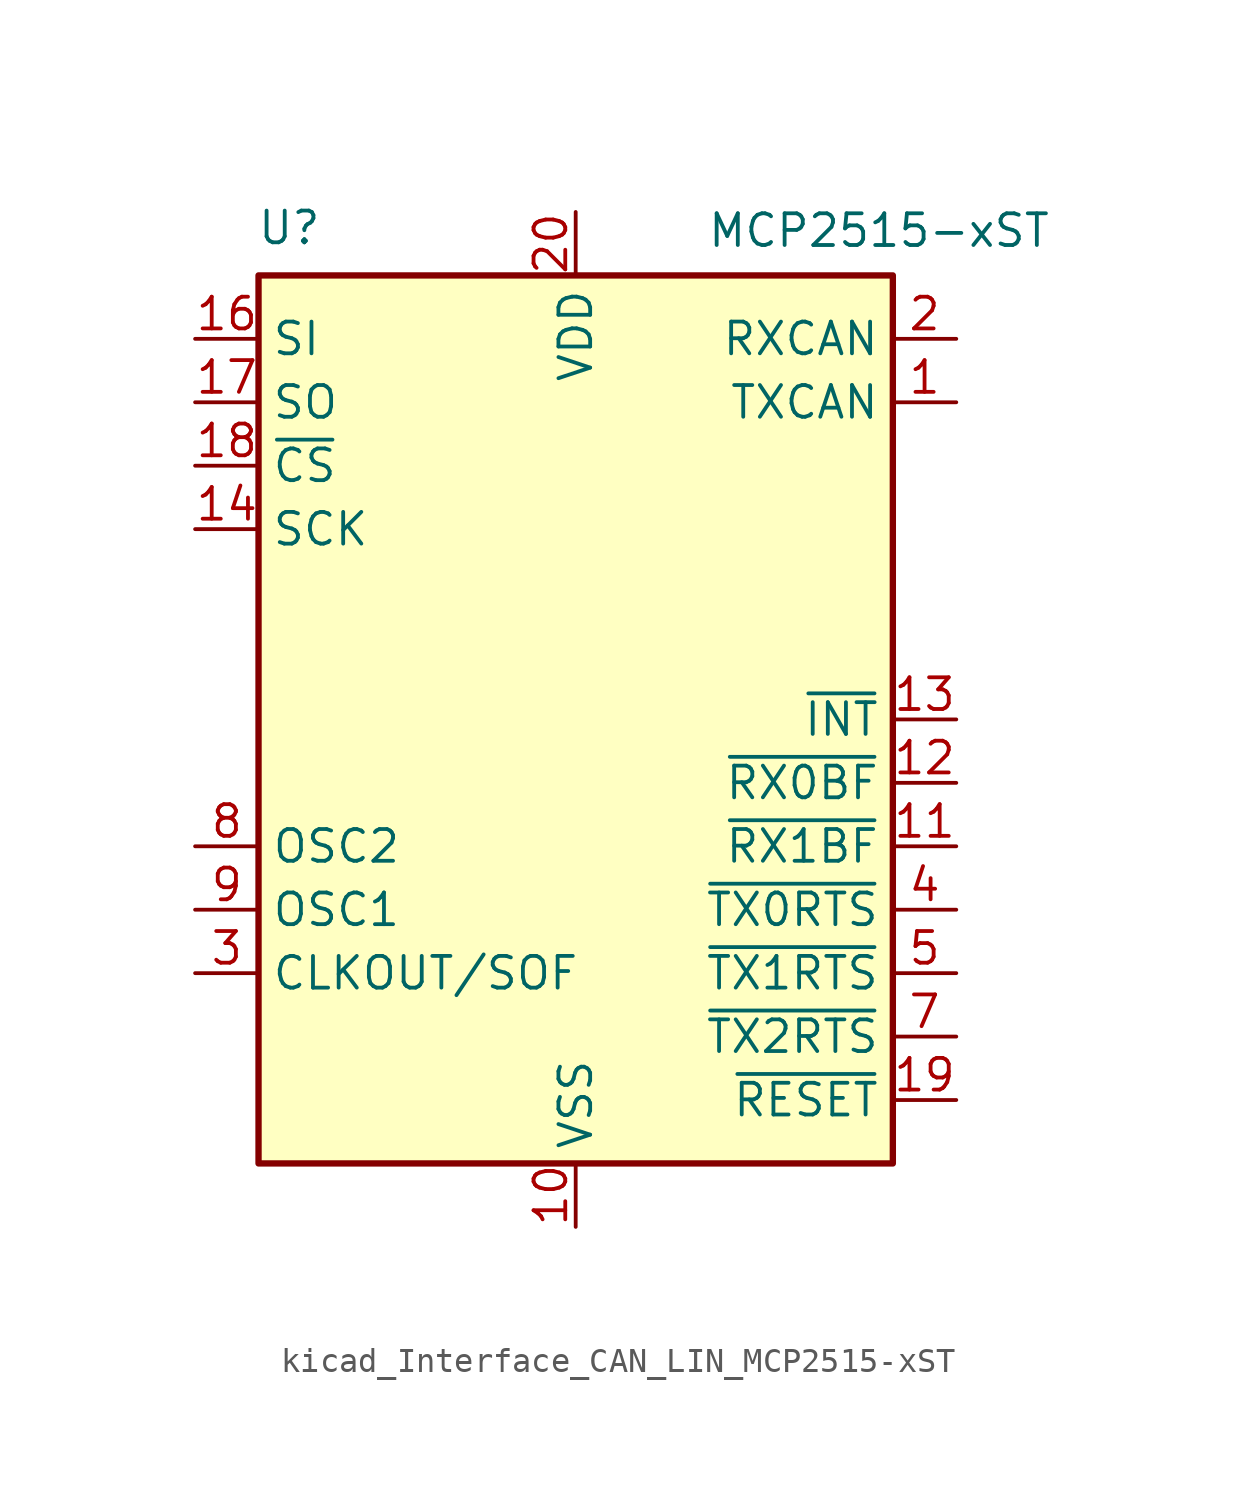
<source format=kicad_sym>
(kicad_symbol_lib
  (version 20220914)
  (generator kicad_symbol_editor)
  (symbol "kicad_Interface_CAN_LIN_MCP2515-xST"
    (property "Reference" "U"
      (at -10.16 19.685 0)
      (effects (font (size 1.27 1.27)) (justify right)))
    (property "Value" "MCP2515-xST"
      (at 19.05 20.32 0)
      (effects (font (size 1.27 1.27)) (justify right top)))
    (symbol "kicad_Interface_CAN_LIN_MCP2515-xST_0_1"
      (rectangle (start -12.7 17.78) (end 12.7 -17.78) (stroke (width 0.254) (type default)) (fill (type background))))
    (symbol "kicad_Interface_CAN_LIN_MCP2515-xST_1_1"
      (pin output line (at 15.24 12.7 180) (length 2.54) (name "TXCAN" (effects (font (size 1.27 1.27)))) (number "1" (effects (font (size 1.27 1.27)))))
      (pin power_in line (at 0 -20.32 90) (length 2.54) (name "VSS" (effects (font (size 1.27 1.27)))) (number "10" (effects (font (size 1.27 1.27)))))
      (pin output line (at 15.24 -5.08 180) (length 2.54) (name "~{RX1BF}" (effects (font (size 1.27 1.27)))) (number "11" (effects (font (size 1.27 1.27)))))
      (pin output line (at 15.24 -2.54 180) (length 2.54) (name "~{RX0BF}" (effects (font (size 1.27 1.27)))) (number "12" (effects (font (size 1.27 1.27)))))
      (pin output line (at 15.24 0 180) (length 2.54) (name "~{INT}" (effects (font (size 1.27 1.27)))) (number "13" (effects (font (size 1.27 1.27)))))
      (pin input line (at -15.24 7.62 0) (length 2.54) (name "SCK" (effects (font (size 1.27 1.27)))) (number "14" (effects (font (size 1.27 1.27)))))
      (pin no_connect line (at -12.7 -2.54 0) (length 2.54) hide (name "NC" (effects (font (size 1.27 1.27)))) (number "15" (effects (font (size 1.27 1.27)))))
      (pin input line (at -15.24 15.24 0) (length 2.54) (name "SI" (effects (font (size 1.27 1.27)))) (number "16" (effects (font (size 1.27 1.27)))))
      (pin output line (at -15.24 12.7 0) (length 2.54) (name "SO" (effects (font (size 1.27 1.27)))) (number "17" (effects (font (size 1.27 1.27)))))
      (pin input line (at -15.24 10.16 0) (length 2.54) (name "~{CS}" (effects (font (size 1.27 1.27)))) (number "18" (effects (font (size 1.27 1.27)))))
      (pin input line (at 15.24 -15.24 180) (length 2.54) (name "~{RESET}" (effects (font (size 1.27 1.27)))) (number "19" (effects (font (size 1.27 1.27)))))
      (pin input line (at 15.24 15.24 180) (length 2.54) (name "RXCAN" (effects (font (size 1.27 1.27)))) (number "2" (effects (font (size 1.27 1.27)))))
      (pin power_in line (at 0 20.32 270) (length 2.54) (name "VDD" (effects (font (size 1.27 1.27)))) (number "20" (effects (font (size 1.27 1.27)))))
      (pin output line (at -15.24 -10.16 0) (length 2.54) (name "CLKOUT/SOF" (effects (font (size 1.27 1.27)))) (number "3" (effects (font (size 1.27 1.27)))))
      (pin input line (at 15.24 -7.62 180) (length 2.54) (name "~{TX0RTS}" (effects (font (size 1.27 1.27)))) (number "4" (effects (font (size 1.27 1.27)))))
      (pin input line (at 15.24 -10.16 180) (length 2.54) (name "~{TX1RTS}" (effects (font (size 1.27 1.27)))) (number "5" (effects (font (size 1.27 1.27)))))
      (pin no_connect line (at -12.7 0 0) (length 2.54) hide (name "NC" (effects (font (size 1.27 1.27)))) (number "6" (effects (font (size 1.27 1.27)))))
      (pin input line (at 15.24 -12.7 180) (length 2.54) (name "~{TX2RTS}" (effects (font (size 1.27 1.27)))) (number "7" (effects (font (size 1.27 1.27)))))
      (pin output line (at -15.24 -5.08 0) (length 2.54) (name "OSC2" (effects (font (size 1.27 1.27)))) (number "8" (effects (font (size 1.27 1.27)))))
      (pin input line (at -15.24 -7.62 0) (length 2.54) (name "OSC1" (effects (font (size 1.27 1.27)))) (number "9" (effects (font (size 1.27 1.27))))))))
</source>
